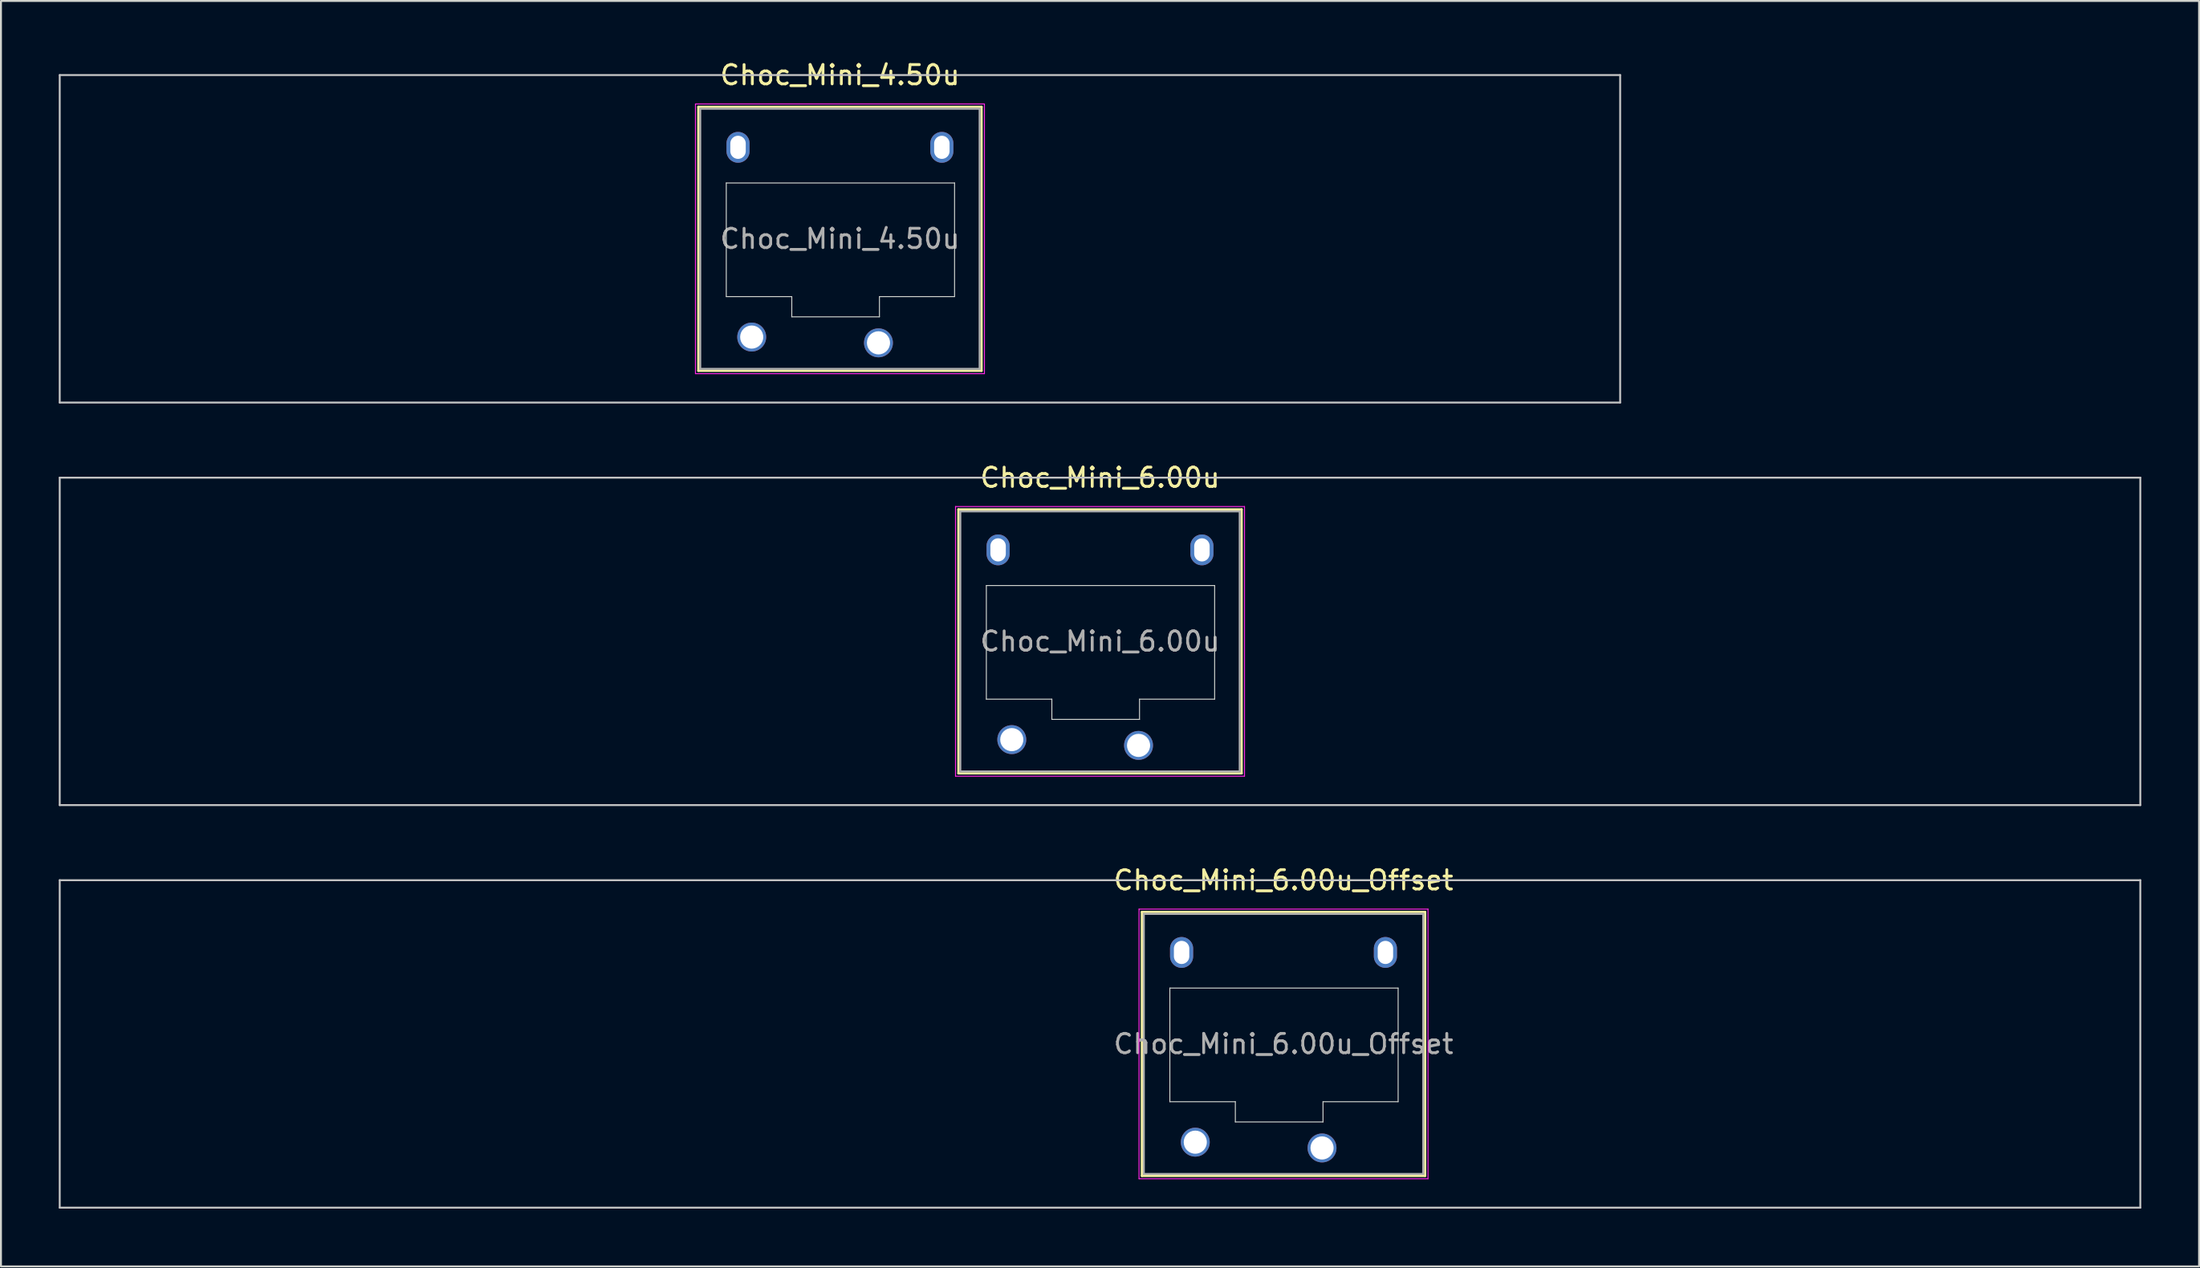
<source format=kicad_pcb>
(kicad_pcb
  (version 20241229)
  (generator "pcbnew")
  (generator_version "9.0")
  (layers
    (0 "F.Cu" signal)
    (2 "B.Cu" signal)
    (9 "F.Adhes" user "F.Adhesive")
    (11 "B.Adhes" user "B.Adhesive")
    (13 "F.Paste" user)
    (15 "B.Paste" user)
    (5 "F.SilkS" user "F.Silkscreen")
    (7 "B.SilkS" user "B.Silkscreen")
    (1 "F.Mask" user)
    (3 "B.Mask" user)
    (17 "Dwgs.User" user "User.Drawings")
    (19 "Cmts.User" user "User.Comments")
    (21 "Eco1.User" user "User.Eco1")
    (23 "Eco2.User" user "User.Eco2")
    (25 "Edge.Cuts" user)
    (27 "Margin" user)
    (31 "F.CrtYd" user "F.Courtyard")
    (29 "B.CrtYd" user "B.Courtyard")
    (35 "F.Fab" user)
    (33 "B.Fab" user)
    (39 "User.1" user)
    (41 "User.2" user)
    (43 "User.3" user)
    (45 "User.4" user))
  (footprint "Choc_Mini_6.00u"
    (layer "F.Cu")
    (at 54.05 30.247)
    (property "Reference" "Choc_Mini_6.00u" (at 0 -8.5 0) (layer "F.SilkS") (effects (font (size 1 1) (thickness 0.15))))
    (attr through_hole)
    (fp_line (start -7.35 -6.85) (end -7.35 6.85) (stroke (width 0.12) (type solid)) (layer "F.SilkS"))
    (fp_line (start -7.35 6.85) (end 7.35 6.85) (stroke (width 0.12) (type solid)) (layer "F.SilkS"))
    (fp_line (start 7.35 -6.85) (end -7.35 -6.85) (stroke (width 0.12) (type solid)) (layer "F.SilkS"))
    (fp_line (start 7.35 6.85) (end 7.35 -6.85) (stroke (width 0.12) (type solid)) (layer "F.SilkS"))
    (fp_line (start -54 -8.5) (end -54 8.5) (stroke (width 0.1) (type solid)) (layer "Dwgs.User"))
    (fp_line (start -54 8.5) (end 54 8.5) (stroke (width 0.1) (type solid)) (layer "Dwgs.User"))
    (fp_line (start 54 -8.5) (end -54 -8.5) (stroke (width 0.1) (type solid)) (layer "Dwgs.User"))
    (fp_line (start 54 8.5) (end 54 -8.5) (stroke (width 0.1) (type solid)) (layer "Dwgs.User"))
    (fp_line (start -6.85 -6.35) (end -6.85 6.35) (stroke (width 0.1) (type solid)) (layer "Eco1.User"))
    (fp_line (start -6.85 6.35) (end 6.85 6.35) (stroke (width 0.1) (type solid)) (layer "Eco1.User"))
    (fp_line (start 6.85 -6.35) (end -6.85 -6.35) (stroke (width 0.1) (type solid)) (layer "Eco1.User"))
    (fp_line (start 6.85 6.35) (end 6.85 -6.35) (stroke (width 0.1) (type solid)) (layer "Eco1.User"))
    (fp_line (start -5.9 -2.9) (end -5.9 3) (stroke (width 0.05) (type solid)) (layer "Edge.Cuts"))
    (fp_line (start -5.9 3) (end -2.5 3) (stroke (width 0.05) (type solid)) (layer "Edge.Cuts"))
    (fp_line (start -2.5 3) (end -2.5 4.05) (stroke (width 0.05) (type solid)) (layer "Edge.Cuts"))
    (fp_line (start -2.5 4.05) (end 2.05 4.05) (stroke (width 0.05) (type solid)) (layer "Edge.Cuts"))
    (fp_line (start 2.05 3) (end 5.95 3) (stroke (width 0.05) (type solid)) (layer "Edge.Cuts"))
    (fp_line (start 2.05 4.05) (end 2.05 3) (stroke (width 0.05) (type solid)) (layer "Edge.Cuts"))
    (fp_line (start 5.95 -2.9) (end -5.9 -2.9) (stroke (width 0.05) (type solid)) (layer "Edge.Cuts"))
    (fp_line (start 5.95 3) (end 5.95 -2.9) (stroke (width 0.05) (type solid)) (layer "Edge.Cuts"))
    (fp_line (start -7.5 -7) (end -7.5 7) (stroke (width 0.05) (type solid)) (layer "F.CrtYd"))
    (fp_line (start -7.5 7) (end 7.5 7) (stroke (width 0.05) (type solid)) (layer "F.CrtYd"))
    (fp_line (start 7.5 -7) (end -7.5 -7) (stroke (width 0.05) (type solid)) (layer "F.CrtYd"))
    (fp_line (start 7.5 7) (end 7.5 -7) (stroke (width 0.05) (type solid)) (layer "F.CrtYd"))
    (fp_line (start -7.25 -6.75) (end -7.25 6.75) (stroke (width 0.1) (type solid)) (layer "F.Fab"))
    (fp_line (start -7.25 6.75) (end 7.25 6.75) (stroke (width 0.1) (type solid)) (layer "F.Fab"))
    (fp_line (start 7.25 -6.75) (end -7.25 -6.75) (stroke (width 0.1) (type solid)) (layer "F.Fab"))
    (fp_line (start 7.25 6.75) (end 7.25 -6.75) (stroke (width 0.1) (type solid)) (layer "F.Fab"))
    (fp_text user "${REFERENCE}" (at 0 0 0) (layer "F.Fab") (effects (font (size 1 1) (thickness 0.15))))
    (pad "" np_thru_hole oval (at -5.29 -4.75) (size 1.2 1.6) (drill oval 0.8 1.2) (layers "*.Cu" "*.Mask"))
    (pad "" np_thru_hole oval (at 5.29 -4.75) (size 1.2 1.6) (drill oval 0.8 1.2) (layers "*.Cu" "*.Mask"))
    (pad "1" thru_hole circle (at 2 5.4) (size 1.5 1.5) (drill 1.2) (layers "*.Cu" "*.Mask"))
    (pad "2" thru_hole circle (at -4.58 5.1) (size 1.5 1.5) (drill 1.2) (layers "*.Cu" "*.Mask")))
  (footprint "Choc_Mini_6.00u_Offset"
    (layer "F.Cu")
    (at 63.575 51.145)
    (property "Reference" "Choc_Mini_6.00u_Offset" (at 0 -8.5 0) (layer "F.SilkS") (effects (font (size 1 1) (thickness 0.15))))
    (attr through_hole)
    (fp_line (start -7.35 -6.85) (end -7.35 6.85) (stroke (width 0.12) (type solid)) (layer "F.SilkS"))
    (fp_line (start -7.35 6.85) (end 7.35 6.85) (stroke (width 0.12) (type solid)) (layer "F.SilkS"))
    (fp_line (start 7.35 -6.85) (end -7.35 -6.85) (stroke (width 0.12) (type solid)) (layer "F.SilkS"))
    (fp_line (start 7.35 6.85) (end 7.35 -6.85) (stroke (width 0.12) (type solid)) (layer "F.SilkS"))
    (fp_line (start -63.525 -8.5) (end -63.525 8.5) (stroke (width 0.1) (type solid)) (layer "Dwgs.User"))
    (fp_line (start -63.525 8.5) (end 44.475 8.5) (stroke (width 0.1) (type solid)) (layer "Dwgs.User"))
    (fp_line (start 44.475 -8.5) (end -63.525 -8.5) (stroke (width 0.1) (type solid)) (layer "Dwgs.User"))
    (fp_line (start 44.475 8.5) (end 44.475 -8.5) (stroke (width 0.1) (type solid)) (layer "Dwgs.User"))
    (fp_line (start -6.85 -6.35) (end -6.85 6.35) (stroke (width 0.1) (type solid)) (layer "Eco1.User"))
    (fp_line (start -6.85 6.35) (end 6.85 6.35) (stroke (width 0.1) (type solid)) (layer "Eco1.User"))
    (fp_line (start 6.85 -6.35) (end -6.85 -6.35) (stroke (width 0.1) (type solid)) (layer "Eco1.User"))
    (fp_line (start 6.85 6.35) (end 6.85 -6.35) (stroke (width 0.1) (type solid)) (layer "Eco1.User"))
    (fp_line (start -5.9 -2.9) (end -5.9 3) (stroke (width 0.05) (type solid)) (layer "Edge.Cuts"))
    (fp_line (start -5.9 3) (end -2.5 3) (stroke (width 0.05) (type solid)) (layer "Edge.Cuts"))
    (fp_line (start -2.5 3) (end -2.5 4.05) (stroke (width 0.05) (type solid)) (layer "Edge.Cuts"))
    (fp_line (start -2.5 4.05) (end 2.05 4.05) (stroke (width 0.05) (type solid)) (layer "Edge.Cuts"))
    (fp_line (start 2.05 3) (end 5.95 3) (stroke (width 0.05) (type solid)) (layer "Edge.Cuts"))
    (fp_line (start 2.05 4.05) (end 2.05 3) (stroke (width 0.05) (type solid)) (layer "Edge.Cuts"))
    (fp_line (start 5.95 -2.9) (end -5.9 -2.9) (stroke (width 0.05) (type solid)) (layer "Edge.Cuts"))
    (fp_line (start 5.95 3) (end 5.95 -2.9) (stroke (width 0.05) (type solid)) (layer "Edge.Cuts"))
    (fp_line (start -7.5 -7) (end -7.5 7) (stroke (width 0.05) (type solid)) (layer "F.CrtYd"))
    (fp_line (start -7.5 7) (end 7.5 7) (stroke (width 0.05) (type solid)) (layer "F.CrtYd"))
    (fp_line (start 7.5 -7) (end -7.5 -7) (stroke (width 0.05) (type solid)) (layer "F.CrtYd"))
    (fp_line (start 7.5 7) (end 7.5 -7) (stroke (width 0.05) (type solid)) (layer "F.CrtYd"))
    (fp_line (start -7.25 -6.75) (end -7.25 6.75) (stroke (width 0.1) (type solid)) (layer "F.Fab"))
    (fp_line (start -7.25 6.75) (end 7.25 6.75) (stroke (width 0.1) (type solid)) (layer "F.Fab"))
    (fp_line (start 7.25 -6.75) (end -7.25 -6.75) (stroke (width 0.1) (type solid)) (layer "F.Fab"))
    (fp_line (start 7.25 6.75) (end 7.25 -6.75) (stroke (width 0.1) (type solid)) (layer "F.Fab"))
    (fp_text user "${REFERENCE}" (at 0 0 0) (layer "F.Fab") (effects (font (size 1 1) (thickness 0.15))))
    (pad "" np_thru_hole oval (at -5.29 -4.75) (size 1.2 1.6) (drill oval 0.8 1.2) (layers "*.Cu" "*.Mask"))
    (pad "" np_thru_hole oval (at 5.29 -4.75) (size 1.2 1.6) (drill oval 0.8 1.2) (layers "*.Cu" "*.Mask"))
    (pad "1" thru_hole circle (at 2 5.4) (size 1.5 1.5) (drill 1.2) (layers "*.Cu" "*.Mask"))
    (pad "2" thru_hole circle (at -4.58 5.1) (size 1.5 1.5) (drill 1.2) (layers "*.Cu" "*.Mask")))
  (footprint "Choc_Mini_4.50u"
    (layer "F.Cu")
    (at 40.55 9.348)
    (property "Reference" "Choc_Mini_4.50u" (at 0 -8.5 0) (layer "F.SilkS") (effects (font (size 1 1) (thickness 0.15))))
    (attr through_hole)
    (fp_line (start -7.35 -6.85) (end -7.35 6.85) (stroke (width 0.12) (type solid)) (layer "F.SilkS"))
    (fp_line (start -7.35 6.85) (end 7.35 6.85) (stroke (width 0.12) (type solid)) (layer "F.SilkS"))
    (fp_line (start 7.35 -6.85) (end -7.35 -6.85) (stroke (width 0.12) (type solid)) (layer "F.SilkS"))
    (fp_line (start 7.35 6.85) (end 7.35 -6.85) (stroke (width 0.12) (type solid)) (layer "F.SilkS"))
    (fp_line (start -40.5 -8.5) (end -40.5 8.5) (stroke (width 0.1) (type solid)) (layer "Dwgs.User"))
    (fp_line (start -40.5 8.5) (end 40.5 8.5) (stroke (width 0.1) (type solid)) (layer "Dwgs.User"))
    (fp_line (start 40.5 -8.5) (end -40.5 -8.5) (stroke (width 0.1) (type solid)) (layer "Dwgs.User"))
    (fp_line (start 40.5 8.5) (end 40.5 -8.5) (stroke (width 0.1) (type solid)) (layer "Dwgs.User"))
    (fp_line (start -6.85 -6.35) (end -6.85 6.35) (stroke (width 0.1) (type solid)) (layer "Eco1.User"))
    (fp_line (start -6.85 6.35) (end 6.85 6.35) (stroke (width 0.1) (type solid)) (layer "Eco1.User"))
    (fp_line (start 6.85 -6.35) (end -6.85 -6.35) (stroke (width 0.1) (type solid)) (layer "Eco1.User"))
    (fp_line (start 6.85 6.35) (end 6.85 -6.35) (stroke (width 0.1) (type solid)) (layer "Eco1.User"))
    (fp_line (start -5.9 -2.9) (end -5.9 3) (stroke (width 0.05) (type solid)) (layer "Edge.Cuts"))
    (fp_line (start -5.9 3) (end -2.5 3) (stroke (width 0.05) (type solid)) (layer "Edge.Cuts"))
    (fp_line (start -2.5 3) (end -2.5 4.05) (stroke (width 0.05) (type solid)) (layer "Edge.Cuts"))
    (fp_line (start -2.5 4.05) (end 2.05 4.05) (stroke (width 0.05) (type solid)) (layer "Edge.Cuts"))
    (fp_line (start 2.05 3) (end 5.95 3) (stroke (width 0.05) (type solid)) (layer "Edge.Cuts"))
    (fp_line (start 2.05 4.05) (end 2.05 3) (stroke (width 0.05) (type solid)) (layer "Edge.Cuts"))
    (fp_line (start 5.95 -2.9) (end -5.9 -2.9) (stroke (width 0.05) (type solid)) (layer "Edge.Cuts"))
    (fp_line (start 5.95 3) (end 5.95 -2.9) (stroke (width 0.05) (type solid)) (layer "Edge.Cuts"))
    (fp_line (start -7.5 -7) (end -7.5 7) (stroke (width 0.05) (type solid)) (layer "F.CrtYd"))
    (fp_line (start -7.5 7) (end 7.5 7) (stroke (width 0.05) (type solid)) (layer "F.CrtYd"))
    (fp_line (start 7.5 -7) (end -7.5 -7) (stroke (width 0.05) (type solid)) (layer "F.CrtYd"))
    (fp_line (start 7.5 7) (end 7.5 -7) (stroke (width 0.05) (type solid)) (layer "F.CrtYd"))
    (fp_line (start -7.25 -6.75) (end -7.25 6.75) (stroke (width 0.1) (type solid)) (layer "F.Fab"))
    (fp_line (start -7.25 6.75) (end 7.25 6.75) (stroke (width 0.1) (type solid)) (layer "F.Fab"))
    (fp_line (start 7.25 -6.75) (end -7.25 -6.75) (stroke (width 0.1) (type solid)) (layer "F.Fab"))
    (fp_line (start 7.25 6.75) (end 7.25 -6.75) (stroke (width 0.1) (type solid)) (layer "F.Fab"))
    (fp_text user "${REFERENCE}" (at 0 0 0) (layer "F.Fab") (effects (font (size 1 1) (thickness 0.15))))
    (pad "" np_thru_hole oval (at -5.29 -4.75) (size 1.2 1.6) (drill oval 0.8 1.2) (layers "*.Cu" "*.Mask"))
    (pad "" np_thru_hole oval (at 5.29 -4.75) (size 1.2 1.6) (drill oval 0.8 1.2) (layers "*.Cu" "*.Mask"))
    (pad "1" thru_hole circle (at 2 5.4) (size 1.5 1.5) (drill 1.2) (layers "*.Cu" "*.Mask"))
    (pad "2" thru_hole circle (at -4.58 5.1) (size 1.5 1.5) (drill 1.2) (layers "*.Cu" "*.Mask")))
  (gr_rect
    (start -3 -3)
    (end 111.1 62.695)
    (stroke (width 0.1) (type default))
    (fill no)
    (layer "Edge.Cuts")))
</source>
